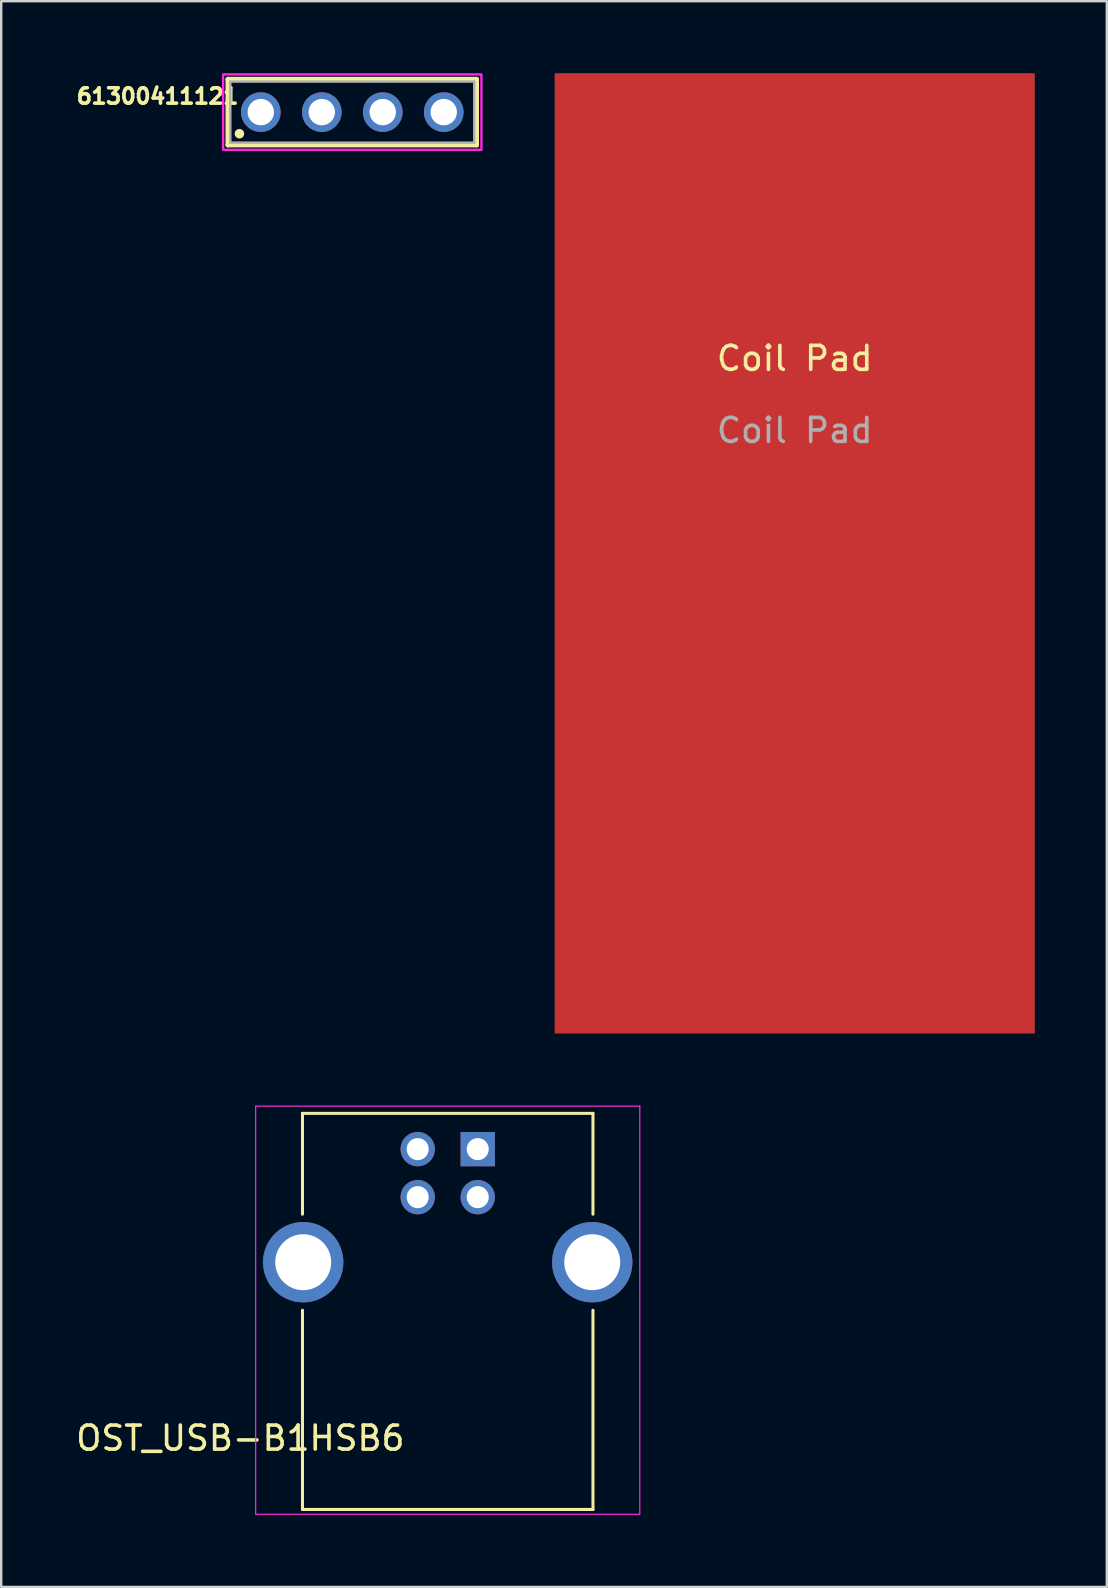
<source format=kicad_pcb>
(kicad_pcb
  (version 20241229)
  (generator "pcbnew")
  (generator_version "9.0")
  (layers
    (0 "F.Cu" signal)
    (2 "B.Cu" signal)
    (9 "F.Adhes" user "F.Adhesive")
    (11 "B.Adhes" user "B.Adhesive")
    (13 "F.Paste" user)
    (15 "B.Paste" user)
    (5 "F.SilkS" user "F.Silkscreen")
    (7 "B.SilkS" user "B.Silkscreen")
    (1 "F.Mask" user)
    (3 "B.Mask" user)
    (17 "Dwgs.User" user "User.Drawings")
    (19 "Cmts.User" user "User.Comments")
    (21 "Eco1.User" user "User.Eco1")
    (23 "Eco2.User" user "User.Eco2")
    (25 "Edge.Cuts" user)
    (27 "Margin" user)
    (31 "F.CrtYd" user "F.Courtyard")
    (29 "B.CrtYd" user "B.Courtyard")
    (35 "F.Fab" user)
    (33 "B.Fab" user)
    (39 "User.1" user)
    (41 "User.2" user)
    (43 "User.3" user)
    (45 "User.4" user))
  (footprint "61300411121"
    (layer "F.Cu")
    (at 11.623 1.62)
    (property "Reference" "61300411121" (at -8.11 -0.662 0) (layer "F.SilkS") (effects (font (size 0.64 0.64) (thickness 0.15))))
    (attr through_hole)
    (fp_line (start -5.18 -1.37) (end 5.18 -1.37) (stroke (width 0.2) (type solid)) (layer "F.SilkS"))
    (fp_line (start -5.18 1.37) (end -5.18 -1.37) (stroke (width 0.2) (type solid)) (layer "F.SilkS"))
    (fp_line (start 5.18 -1.37) (end 5.18 1.37) (stroke (width 0.2) (type solid)) (layer "F.SilkS"))
    (fp_line (start 5.18 1.37) (end -5.18 1.37) (stroke (width 0.2) (type solid)) (layer "F.SilkS"))
    (fp_circle (center -4.7 0.9) (end -4.6 0.9) (stroke (width 0.2) (type solid)) (fill no) (layer "F.SilkS"))
    (fp_poly (pts (xy -5.38 -1.57) (xy 5.38 -1.57) (xy 5.38 1.57) (xy -5.38 1.57)) (stroke (width 0.1) (type solid)) (fill no) (layer "F.CrtYd"))
    (fp_line (start -5.08 -1.27) (end -5.08 1.27) (stroke (width 0.1) (type solid)) (layer "F.Fab"))
    (fp_line (start -5.08 1.27) (end 5.08 1.27) (stroke (width 0.1) (type solid)) (layer "F.Fab"))
    (fp_line (start 5.08 -1.27) (end -5.08 -1.27) (stroke (width 0.1) (type solid)) (layer "F.Fab"))
    (fp_line (start 5.08 1.27) (end 5.08 -1.27) (stroke (width 0.1) (type solid)) (layer "F.Fab"))
    (pad "1" thru_hole circle (at -3.81 0) (size 1.65 1.65) (drill 1.1) (layers "*.Cu" "*.Mask"))
    (pad "2" thru_hole circle (at -1.27 0) (size 1.65 1.65) (drill 1.1) (layers "*.Cu" "*.Mask"))
    (pad "3" thru_hole circle (at 1.27 0) (size 1.65 1.65) (drill 1.1) (layers "*.Cu" "*.Mask"))
    (pad "4" thru_hole circle (at 3.81 0) (size 1.65 1.65) (drill 1.1) (layers "*.Cu" "*.Mask")))
  (footprint "Coil Pad"
    (layer "F.Cu")
    (at 30.053 12.38)
    (property "Reference" "Coil Pad" (at 0 -0.5 0) (unlocked yes) (layer "F.SilkS") (effects (font (size 1 1) (thickness 0.15))))
    (attr smd)
    (fp_text user "${REFERENCE}" (at 0 2.5 0) (unlocked yes) (layer "F.Fab") (effects (font (size 1 1) (thickness 0.15))))
    (pad "1" smd rect (at 0 7.62) (size 20 40) (layers "F.Cu" "F.Mask" "F.Paste")))
  (footprint "OST_USB-B1HSB6"
    (layer "F.Cu")
    (at 15.599 49.525)
    (property "Reference" "OST_USB-B1HSB6" (at -8.638 7.328 180) (layer "F.SilkS") (effects (font (size 1 1) (thickness 0.15))))
    (attr through_hole)
    (fp_line (start -6.05 -6.2) (end 6.05 -6.2) (stroke (width 0.127) (type solid)) (layer "F.SilkS"))
    (fp_line (start -6.05 -2) (end -6.05 -6.2) (stroke (width 0.127) (type solid)) (layer "F.SilkS"))
    (fp_line (start -6.05 10.3) (end -6.05 2) (stroke (width 0.127) (type solid)) (layer "F.SilkS"))
    (fp_line (start 6.05 -6.2) (end 6.05 -2) (stroke (width 0.127) (type solid)) (layer "F.SilkS"))
    (fp_line (start 6.05 2) (end 6.05 10.3) (stroke (width 0.127) (type solid)) (layer "F.SilkS"))
    (fp_line (start 6.05 10.3) (end -6.05 10.3) (stroke (width 0.127) (type solid)) (layer "F.SilkS"))
    (fp_line (start -8 -6.5) (end 8 -6.5) (stroke (width 0.05) (type solid)) (layer "F.CrtYd"))
    (fp_line (start -8 10.5) (end -8 -6.5) (stroke (width 0.05) (type solid)) (layer "F.CrtYd"))
    (fp_line (start 8 -6.5) (end 8 10.5) (stroke (width 0.05) (type solid)) (layer "F.CrtYd"))
    (fp_line (start 8 10.5) (end -8 10.5) (stroke (width 0.05) (type solid)) (layer "F.CrtYd"))
    (pad "1" thru_hole rect (at 1.25 -4.71) (size 1.428 1.428) (drill 0.92) (layers "*.Cu" "*.Mask"))
    (pad "2" thru_hole circle (at -1.25 -4.71) (size 1.428 1.428) (drill 0.92) (layers "*.Cu" "*.Mask"))
    (pad "3" thru_hole circle (at -1.25 -2.71) (size 1.428 1.428) (drill 0.92) (layers "*.Cu" "*.Mask"))
    (pad "4" thru_hole circle (at 1.25 -2.71) (size 1.428 1.428) (drill 0.92) (layers "*.Cu" "*.Mask"))
    (pad "P1" thru_hole circle (at -6.02 0) (size 3.346 3.346) (drill 2.33) (layers "*.Cu" "*.Mask"))
    (pad "P1" thru_hole circle (at 6.02 0) (size 3.346 3.346) (drill 2.33) (layers "*.Cu" "*.Mask")))
  (gr_rect
    (start -3 -3)
    (end 43.053 63.05)
    (stroke (width 0.1) (type default))
    (fill no)
    (layer "Edge.Cuts")))
</source>
